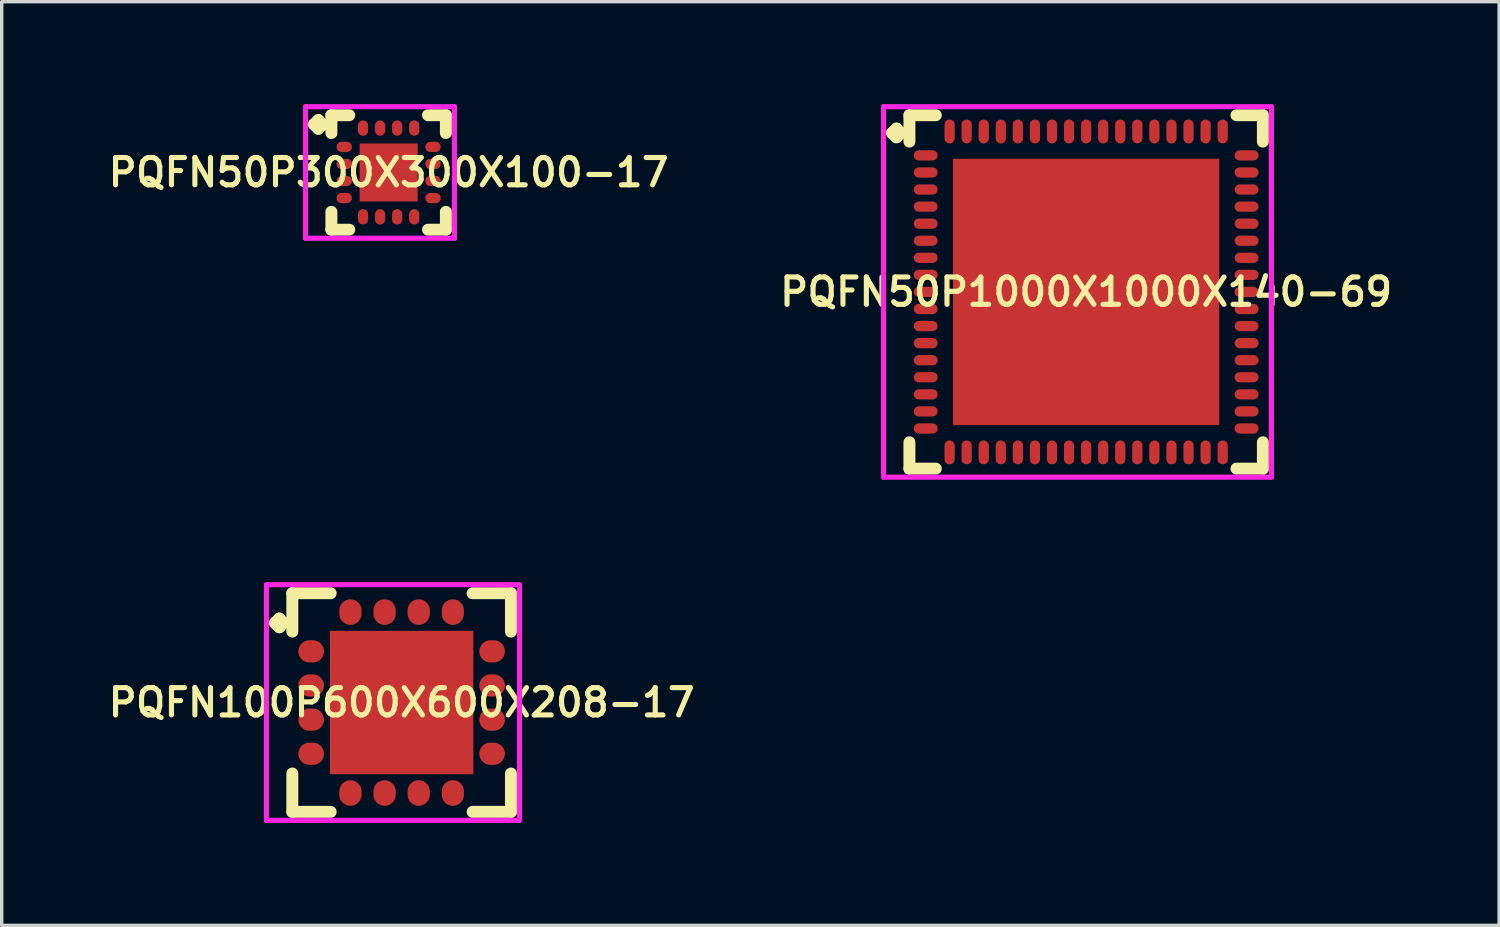
<source format=kicad_pcb>
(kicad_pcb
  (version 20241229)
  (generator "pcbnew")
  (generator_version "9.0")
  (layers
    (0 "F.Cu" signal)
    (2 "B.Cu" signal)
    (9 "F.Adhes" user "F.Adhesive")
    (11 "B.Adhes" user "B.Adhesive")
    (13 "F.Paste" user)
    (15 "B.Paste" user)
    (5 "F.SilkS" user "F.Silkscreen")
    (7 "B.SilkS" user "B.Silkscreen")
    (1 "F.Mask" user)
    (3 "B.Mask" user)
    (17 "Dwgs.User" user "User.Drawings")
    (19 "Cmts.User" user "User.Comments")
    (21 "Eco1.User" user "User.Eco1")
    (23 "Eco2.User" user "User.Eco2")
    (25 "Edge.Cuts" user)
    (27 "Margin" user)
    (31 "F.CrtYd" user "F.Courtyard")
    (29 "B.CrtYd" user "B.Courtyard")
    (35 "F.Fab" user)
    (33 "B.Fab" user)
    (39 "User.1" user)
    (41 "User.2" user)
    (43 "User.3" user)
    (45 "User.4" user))
  (footprint "PQFN100P600X600X208-17"
    (layer "F.Cu")
    (at 8.716 17.531)
    (property "Reference" "PQFN100P600X600X208-17" (at 0 0 0) (layer "F.SilkS") (effects (font (size 0.8 0.8) (thickness 0.15))))
    (attr smd)
    (fp_line (start -3.71 -2.333) (end -3.583 -2.46) (stroke (width 0.35) (type solid)) (layer "F.SilkS"))
    (fp_line (start -3.583 -2.46) (end -3.456 -2.333) (stroke (width 0.35) (type solid)) (layer "F.SilkS"))
    (fp_line (start -3.583 -2.206) (end -3.71 -2.333) (stroke (width 0.35) (type solid)) (layer "F.SilkS"))
    (fp_line (start -3.456 -2.333) (end -3.583 -2.206) (stroke (width 0.35) (type solid)) (layer "F.SilkS"))
    (fp_line (start -3.202 -3.202) (end -2.079 -3.202) (stroke (width 0.35) (type solid)) (layer "F.SilkS"))
    (fp_line (start -3.202 -2.079) (end -3.202 -3.202) (stroke (width 0.35) (type solid)) (layer "F.SilkS"))
    (fp_line (start -3.202 2.079) (end -3.202 3.202) (stroke (width 0.35) (type solid)) (layer "F.SilkS"))
    (fp_line (start -3.202 3.202) (end -2.079 3.202) (stroke (width 0.35) (type solid)) (layer "F.SilkS"))
    (fp_line (start 2.079 -3.202) (end 3.202 -3.202) (stroke (width 0.35) (type solid)) (layer "F.SilkS"))
    (fp_line (start 2.079 3.202) (end 3.202 3.202) (stroke (width 0.35) (type solid)) (layer "F.SilkS"))
    (fp_line (start 3.202 -3.202) (end 3.202 -2.079) (stroke (width 0.35) (type solid)) (layer "F.SilkS"))
    (fp_line (start 3.202 3.202) (end 3.202 2.079) (stroke (width 0.35) (type solid)) (layer "F.SilkS"))
    (fp_line (start -3.96 -3.452) (end 3.452 -3.452) (stroke (width 0.15) (type solid)) (layer "F.CrtYd"))
    (fp_line (start -3.96 3.452) (end -3.96 -3.452) (stroke (width 0.15) (type solid)) (layer "F.CrtYd"))
    (fp_line (start 3.452 -3.452) (end 3.452 3.452) (stroke (width 0.15) (type solid)) (layer "F.CrtYd"))
    (fp_line (start 3.452 3.452) (end -3.96 3.452) (stroke (width 0.15) (type solid)) (layer "F.CrtYd"))
    (pad "1" smd oval (at -2.65 -1.5) (size 0.75 0.65) (layers "F.Cu" "F.Mask" "F.Paste"))
    (pad "2" smd oval (at -2.65 -0.5) (size 0.75 0.65) (layers "F.Cu" "F.Mask" "F.Paste"))
    (pad "3" smd oval (at -2.65 0.5) (size 0.75 0.65) (layers "F.Cu" "F.Mask" "F.Paste"))
    (pad "4" smd oval (at -2.65 1.5) (size 0.75 0.65) (layers "F.Cu" "F.Mask" "F.Paste"))
    (pad "5" smd oval (at -1.5 2.65) (size 0.65 0.75) (layers "F.Cu" "F.Mask" "F.Paste"))
    (pad "6" smd oval (at -0.5 2.65) (size 0.65 0.75) (layers "F.Cu" "F.Mask" "F.Paste"))
    (pad "7" smd oval (at 0.5 2.65) (size 0.65 0.75) (layers "F.Cu" "F.Mask" "F.Paste"))
    (pad "8" smd oval (at 1.5 2.65) (size 0.65 0.75) (layers "F.Cu" "F.Mask" "F.Paste"))
    (pad "9" smd oval (at 2.65 1.5) (size 0.75 0.65) (layers "F.Cu" "F.Mask" "F.Paste"))
    (pad "10" smd oval (at 2.65 0.5) (size 0.75 0.65) (layers "F.Cu" "F.Mask" "F.Paste"))
    (pad "11" smd oval (at 2.65 -0.5) (size 0.75 0.65) (layers "F.Cu" "F.Mask" "F.Paste"))
    (pad "12" smd oval (at 2.65 -1.5) (size 0.75 0.65) (layers "F.Cu" "F.Mask" "F.Paste"))
    (pad "13" smd oval (at 1.5 -2.65) (size 0.65 0.75) (layers "F.Cu" "F.Mask" "F.Paste"))
    (pad "14" smd oval (at 0.5 -2.65) (size 0.65 0.75) (layers "F.Cu" "F.Mask" "F.Paste"))
    (pad "15" smd oval (at -0.5 -2.65) (size 0.65 0.75) (layers "F.Cu" "F.Mask" "F.Paste"))
    (pad "16" smd oval (at -1.5 -2.65) (size 0.65 0.75) (layers "F.Cu" "F.Mask" "F.Paste"))
    (pad "17" smd rect (at 0 0) (size 4.2 4.2) (layers "F.Cu" "F.Mask" "F.Paste")))
  (footprint "PQFN50P300X300X100-17"
    (layer "F.Cu")
    (at 8.335 2.002)
    (property "Reference" "PQFN50P300X300X100-17" (at 0 0 0) (layer "F.SilkS") (effects (font (size 0.8 0.8) (thickness 0.15))))
    (attr through_hole)
    (fp_line (start -2.185 -1.408) (end -2.058 -1.535) (stroke (width 0.35) (type solid)) (layer "F.SilkS"))
    (fp_line (start -2.058 -1.535) (end -1.931 -1.408) (stroke (width 0.35) (type solid)) (layer "F.SilkS"))
    (fp_line (start -2.058 -1.281) (end -2.185 -1.408) (stroke (width 0.35) (type solid)) (layer "F.SilkS"))
    (fp_line (start -1.931 -1.408) (end -2.058 -1.281) (stroke (width 0.35) (type solid)) (layer "F.SilkS"))
    (fp_line (start -1.677 -1.677) (end -1.154 -1.677) (stroke (width 0.35) (type solid)) (layer "F.SilkS"))
    (fp_line (start -1.677 -1.154) (end -1.677 -1.677) (stroke (width 0.35) (type solid)) (layer "F.SilkS"))
    (fp_line (start -1.677 1.154) (end -1.677 1.677) (stroke (width 0.35) (type solid)) (layer "F.SilkS"))
    (fp_line (start -1.677 1.677) (end -1.154 1.677) (stroke (width 0.35) (type solid)) (layer "F.SilkS"))
    (fp_line (start 1.154 -1.677) (end 1.677 -1.677) (stroke (width 0.35) (type solid)) (layer "F.SilkS"))
    (fp_line (start 1.154 1.677) (end 1.677 1.677) (stroke (width 0.35) (type solid)) (layer "F.SilkS"))
    (fp_line (start 1.677 -1.677) (end 1.677 -1.154) (stroke (width 0.35) (type solid)) (layer "F.SilkS"))
    (fp_line (start 1.677 1.677) (end 1.677 1.154) (stroke (width 0.35) (type solid)) (layer "F.SilkS"))
    (fp_line (start -2.435 -1.927) (end 1.927 -1.927) (stroke (width 0.15) (type solid)) (layer "F.CrtYd"))
    (fp_line (start -2.435 1.927) (end -2.435 -1.927) (stroke (width 0.15) (type solid)) (layer "F.CrtYd"))
    (fp_line (start 1.927 -1.927) (end 1.927 1.927) (stroke (width 0.15) (type solid)) (layer "F.CrtYd"))
    (fp_line (start 1.927 1.927) (end -2.435 1.927) (stroke (width 0.15) (type solid)) (layer "F.CrtYd"))
    (pad "1" smd oval (at -1.3 -0.75) (size 0.45 0.3) (layers "F.Cu" "F.Mask" "F.Paste"))
    (pad "2" smd oval (at -1.3 -0.25) (size 0.45 0.3) (layers "F.Cu" "F.Mask" "F.Paste"))
    (pad "3" smd oval (at -1.3 0.25) (size 0.45 0.3) (layers "F.Cu" "F.Mask" "F.Paste"))
    (pad "4" smd oval (at -1.3 0.75) (size 0.45 0.3) (layers "F.Cu" "F.Mask" "F.Paste"))
    (pad "5" smd oval (at -0.75 1.3) (size 0.3 0.45) (layers "F.Cu" "F.Mask" "F.Paste"))
    (pad "6" smd oval (at -0.25 1.3) (size 0.3 0.45) (layers "F.Cu" "F.Mask" "F.Paste"))
    (pad "7" smd oval (at 0.25 1.3) (size 0.3 0.45) (layers "F.Cu" "F.Mask" "F.Paste"))
    (pad "8" smd oval (at 0.75 1.3) (size 0.3 0.45) (layers "F.Cu" "F.Mask" "F.Paste"))
    (pad "9" smd oval (at 1.3 0.75) (size 0.45 0.3) (layers "F.Cu" "F.Mask" "F.Paste"))
    (pad "10" smd oval (at 1.3 0.25) (size 0.45 0.3) (layers "F.Cu" "F.Mask" "F.Paste"))
    (pad "11" smd oval (at 1.3 -0.25) (size 0.45 0.3) (layers "F.Cu" "F.Mask" "F.Paste"))
    (pad "12" smd oval (at 1.3 -0.75) (size 0.45 0.3) (layers "F.Cu" "F.Mask" "F.Paste"))
    (pad "13" smd oval (at 0.75 -1.3) (size 0.3 0.45) (layers "F.Cu" "F.Mask" "F.Paste"))
    (pad "14" smd oval (at 0.25 -1.3) (size 0.3 0.45) (layers "F.Cu" "F.Mask" "F.Paste"))
    (pad "15" smd oval (at -0.25 -1.3) (size 0.3 0.45) (layers "F.Cu" "F.Mask" "F.Paste"))
    (pad "16" smd oval (at -0.75 -1.3) (size 0.3 0.45) (layers "F.Cu" "F.Mask" "F.Paste"))
    (pad "17" smd rect (at 0 0) (size 1.7 1.7) (layers "F.Cu" "F.Mask" "F.Paste")))
  (footprint "PQFN50P1000X1000X140-69"
    (layer "F.Cu")
    (at 28.768 5.502)
    (property "Reference" "PQFN50P1000X1000X140-69" (at 0 0 0) (layer "F.SilkS") (effects (font (size 0.8 0.8) (thickness 0.15))))
    (attr through_hole)
    (fp_line (start -5.685 -4.658) (end -5.558 -4.785) (stroke (width 0.35) (type solid)) (layer "F.SilkS"))
    (fp_line (start -5.558 -4.785) (end -5.431 -4.658) (stroke (width 0.35) (type solid)) (layer "F.SilkS"))
    (fp_line (start -5.558 -4.531) (end -5.685 -4.658) (stroke (width 0.35) (type solid)) (layer "F.SilkS"))
    (fp_line (start -5.431 -4.658) (end -5.558 -4.531) (stroke (width 0.35) (type solid)) (layer "F.SilkS"))
    (fp_line (start -5.177 -5.177) (end -4.404 -5.177) (stroke (width 0.35) (type solid)) (layer "F.SilkS"))
    (fp_line (start -5.177 -4.404) (end -5.177 -5.177) (stroke (width 0.35) (type solid)) (layer "F.SilkS"))
    (fp_line (start -5.177 4.404) (end -5.177 5.177) (stroke (width 0.35) (type solid)) (layer "F.SilkS"))
    (fp_line (start -5.177 5.177) (end -4.404 5.177) (stroke (width 0.35) (type solid)) (layer "F.SilkS"))
    (fp_line (start 4.404 -5.177) (end 5.177 -5.177) (stroke (width 0.35) (type solid)) (layer "F.SilkS"))
    (fp_line (start 4.404 5.177) (end 5.177 5.177) (stroke (width 0.35) (type solid)) (layer "F.SilkS"))
    (fp_line (start 5.177 -5.177) (end 5.177 -4.404) (stroke (width 0.35) (type solid)) (layer "F.SilkS"))
    (fp_line (start 5.177 5.177) (end 5.177 4.404) (stroke (width 0.35) (type solid)) (layer "F.SilkS"))
    (fp_line (start -5.935 -5.427) (end 5.427 -5.427) (stroke (width 0.15) (type solid)) (layer "F.CrtYd"))
    (fp_line (start -5.935 5.427) (end -5.935 -5.427) (stroke (width 0.15) (type solid)) (layer "F.CrtYd"))
    (fp_line (start 5.427 -5.427) (end 5.427 5.427) (stroke (width 0.15) (type solid)) (layer "F.CrtYd"))
    (fp_line (start 5.427 5.427) (end -5.935 5.427) (stroke (width 0.15) (type solid)) (layer "F.CrtYd"))
    (pad "1" smd oval (at -4.7 -4) (size 0.7 0.3) (layers "F.Cu" "F.Mask" "F.Paste"))
    (pad "2" smd oval (at -4.7 -3.5) (size 0.7 0.3) (layers "F.Cu" "F.Mask" "F.Paste"))
    (pad "3" smd oval (at -4.7 -3) (size 0.7 0.3) (layers "F.Cu" "F.Mask" "F.Paste"))
    (pad "4" smd oval (at -4.7 -2.5) (size 0.7 0.3) (layers "F.Cu" "F.Mask" "F.Paste"))
    (pad "5" smd oval (at -4.7 -2) (size 0.7 0.3) (layers "F.Cu" "F.Mask" "F.Paste"))
    (pad "6" smd oval (at -4.7 -1.5) (size 0.7 0.3) (layers "F.Cu" "F.Mask" "F.Paste"))
    (pad "7" smd oval (at -4.7 -1) (size 0.7 0.3) (layers "F.Cu" "F.Mask" "F.Paste"))
    (pad "8" smd oval (at -4.7 -0.5) (size 0.7 0.3) (layers "F.Cu" "F.Mask" "F.Paste"))
    (pad "9" smd oval (at -4.7 0) (size 0.7 0.3) (layers "F.Cu" "F.Mask" "F.Paste"))
    (pad "10" smd oval (at -4.7 0.5) (size 0.7 0.3) (layers "F.Cu" "F.Mask" "F.Paste"))
    (pad "11" smd oval (at -4.7 1) (size 0.7 0.3) (layers "F.Cu" "F.Mask" "F.Paste"))
    (pad "12" smd oval (at -4.7 1.5) (size 0.7 0.3) (layers "F.Cu" "F.Mask" "F.Paste"))
    (pad "13" smd oval (at -4.7 2) (size 0.7 0.3) (layers "F.Cu" "F.Mask" "F.Paste"))
    (pad "14" smd oval (at -4.7 2.5) (size 0.7 0.3) (layers "F.Cu" "F.Mask" "F.Paste"))
    (pad "15" smd oval (at -4.7 3) (size 0.7 0.3) (layers "F.Cu" "F.Mask" "F.Paste"))
    (pad "16" smd oval (at -4.7 3.5) (size 0.7 0.3) (layers "F.Cu" "F.Mask" "F.Paste"))
    (pad "17" smd oval (at -4.7 4) (size 0.7 0.3) (layers "F.Cu" "F.Mask" "F.Paste"))
    (pad "18" smd oval (at -4 4.7) (size 0.3 0.7) (layers "F.Cu" "F.Mask" "F.Paste"))
    (pad "19" smd oval (at -3.5 4.7) (size 0.3 0.7) (layers "F.Cu" "F.Mask" "F.Paste"))
    (pad "20" smd oval (at -3 4.7) (size 0.3 0.7) (layers "F.Cu" "F.Mask" "F.Paste"))
    (pad "21" smd oval (at -2.5 4.7) (size 0.3 0.7) (layers "F.Cu" "F.Mask" "F.Paste"))
    (pad "22" smd oval (at -2 4.7) (size 0.3 0.7) (layers "F.Cu" "F.Mask" "F.Paste"))
    (pad "23" smd oval (at -1.5 4.7) (size 0.3 0.7) (layers "F.Cu" "F.Mask" "F.Paste"))
    (pad "24" smd oval (at -1 4.7) (size 0.3 0.7) (layers "F.Cu" "F.Mask" "F.Paste"))
    (pad "25" smd oval (at -0.5 4.7) (size 0.3 0.7) (layers "F.Cu" "F.Mask" "F.Paste"))
    (pad "26" smd oval (at 0 4.7) (size 0.3 0.7) (layers "F.Cu" "F.Mask" "F.Paste"))
    (pad "27" smd oval (at 0.5 4.7) (size 0.3 0.7) (layers "F.Cu" "F.Mask" "F.Paste"))
    (pad "28" smd oval (at 1 4.7) (size 0.3 0.7) (layers "F.Cu" "F.Mask" "F.Paste"))
    (pad "29" smd oval (at 1.5 4.7) (size 0.3 0.7) (layers "F.Cu" "F.Mask" "F.Paste"))
    (pad "30" smd oval (at 2 4.7) (size 0.3 0.7) (layers "F.Cu" "F.Mask" "F.Paste"))
    (pad "31" smd oval (at 2.5 4.7) (size 0.3 0.7) (layers "F.Cu" "F.Mask" "F.Paste"))
    (pad "32" smd oval (at 3 4.7) (size 0.3 0.7) (layers "F.Cu" "F.Mask" "F.Paste"))
    (pad "33" smd oval (at 3.5 4.7) (size 0.3 0.7) (layers "F.Cu" "F.Mask" "F.Paste"))
    (pad "34" smd oval (at 4 4.7) (size 0.3 0.7) (layers "F.Cu" "F.Mask" "F.Paste"))
    (pad "35" smd oval (at 4.7 4) (size 0.7 0.3) (layers "F.Cu" "F.Mask" "F.Paste"))
    (pad "36" smd oval (at 4.7 3.5) (size 0.7 0.3) (layers "F.Cu" "F.Mask" "F.Paste"))
    (pad "37" smd oval (at 4.7 3) (size 0.7 0.3) (layers "F.Cu" "F.Mask" "F.Paste"))
    (pad "38" smd oval (at 4.7 2.5) (size 0.7 0.3) (layers "F.Cu" "F.Mask" "F.Paste"))
    (pad "39" smd oval (at 4.7 2) (size 0.7 0.3) (layers "F.Cu" "F.Mask" "F.Paste"))
    (pad "40" smd oval (at 4.7 1.5) (size 0.7 0.3) (layers "F.Cu" "F.Mask" "F.Paste"))
    (pad "41" smd oval (at 4.7 1) (size 0.7 0.3) (layers "F.Cu" "F.Mask" "F.Paste"))
    (pad "42" smd oval (at 4.7 0.5) (size 0.7 0.3) (layers "F.Cu" "F.Mask" "F.Paste"))
    (pad "43" smd oval (at 4.7 0) (size 0.7 0.3) (layers "F.Cu" "F.Mask" "F.Paste"))
    (pad "44" smd oval (at 4.7 -0.5) (size 0.7 0.3) (layers "F.Cu" "F.Mask" "F.Paste"))
    (pad "45" smd oval (at 4.7 -1) (size 0.7 0.3) (layers "F.Cu" "F.Mask" "F.Paste"))
    (pad "46" smd oval (at 4.7 -1.5) (size 0.7 0.3) (layers "F.Cu" "F.Mask" "F.Paste"))
    (pad "47" smd oval (at 4.7 -2) (size 0.7 0.3) (layers "F.Cu" "F.Mask" "F.Paste"))
    (pad "48" smd oval (at 4.7 -2.5) (size 0.7 0.3) (layers "F.Cu" "F.Mask" "F.Paste"))
    (pad "49" smd oval (at 4.7 -3) (size 0.7 0.3) (layers "F.Cu" "F.Mask" "F.Paste"))
    (pad "50" smd oval (at 4.7 -3.5) (size 0.7 0.3) (layers "F.Cu" "F.Mask" "F.Paste"))
    (pad "51" smd oval (at 4.7 -4) (size 0.7 0.3) (layers "F.Cu" "F.Mask" "F.Paste"))
    (pad "52" smd oval (at 4 -4.7) (size 0.3 0.7) (layers "F.Cu" "F.Mask" "F.Paste"))
    (pad "53" smd oval (at 3.5 -4.7) (size 0.3 0.7) (layers "F.Cu" "F.Mask" "F.Paste"))
    (pad "54" smd oval (at 3 -4.7) (size 0.3 0.7) (layers "F.Cu" "F.Mask" "F.Paste"))
    (pad "55" smd oval (at 2.5 -4.7) (size 0.3 0.7) (layers "F.Cu" "F.Mask" "F.Paste"))
    (pad "56" smd oval (at 2 -4.7) (size 0.3 0.7) (layers "F.Cu" "F.Mask" "F.Paste"))
    (pad "57" smd oval (at 1.5 -4.7) (size 0.3 0.7) (layers "F.Cu" "F.Mask" "F.Paste"))
    (pad "58" smd oval (at 1 -4.7) (size 0.3 0.7) (layers "F.Cu" "F.Mask" "F.Paste"))
    (pad "59" smd oval (at 0.5 -4.7) (size 0.3 0.7) (layers "F.Cu" "F.Mask" "F.Paste"))
    (pad "60" smd oval (at 0 -4.7) (size 0.3 0.7) (layers "F.Cu" "F.Mask" "F.Paste"))
    (pad "61" smd oval (at -0.5 -4.7) (size 0.3 0.7) (layers "F.Cu" "F.Mask" "F.Paste"))
    (pad "62" smd oval (at -1 -4.7) (size 0.3 0.7) (layers "F.Cu" "F.Mask" "F.Paste"))
    (pad "63" smd oval (at -1.5 -4.7) (size 0.3 0.7) (layers "F.Cu" "F.Mask" "F.Paste"))
    (pad "64" smd oval (at -2 -4.7) (size 0.3 0.7) (layers "F.Cu" "F.Mask" "F.Paste"))
    (pad "65" smd oval (at -2.5 -4.7) (size 0.3 0.7) (layers "F.Cu" "F.Mask" "F.Paste"))
    (pad "66" smd oval (at -3 -4.7) (size 0.3 0.7) (layers "F.Cu" "F.Mask" "F.Paste"))
    (pad "67" smd oval (at -3.5 -4.7) (size 0.3 0.7) (layers "F.Cu" "F.Mask" "F.Paste"))
    (pad "68" smd oval (at -4 -4.7) (size 0.3 0.7) (layers "F.Cu" "F.Mask" "F.Paste"))
    (pad "69" smd rect (at 0 0) (size 7.8 7.8) (layers "F.Cu" "F.Mask" "F.Paste")))
  (gr_rect
    (start -3 -3)
    (end 40.866 24.058)
    (stroke (width 0.1) (type default))
    (fill no)
    (layer "Edge.Cuts")))
</source>
